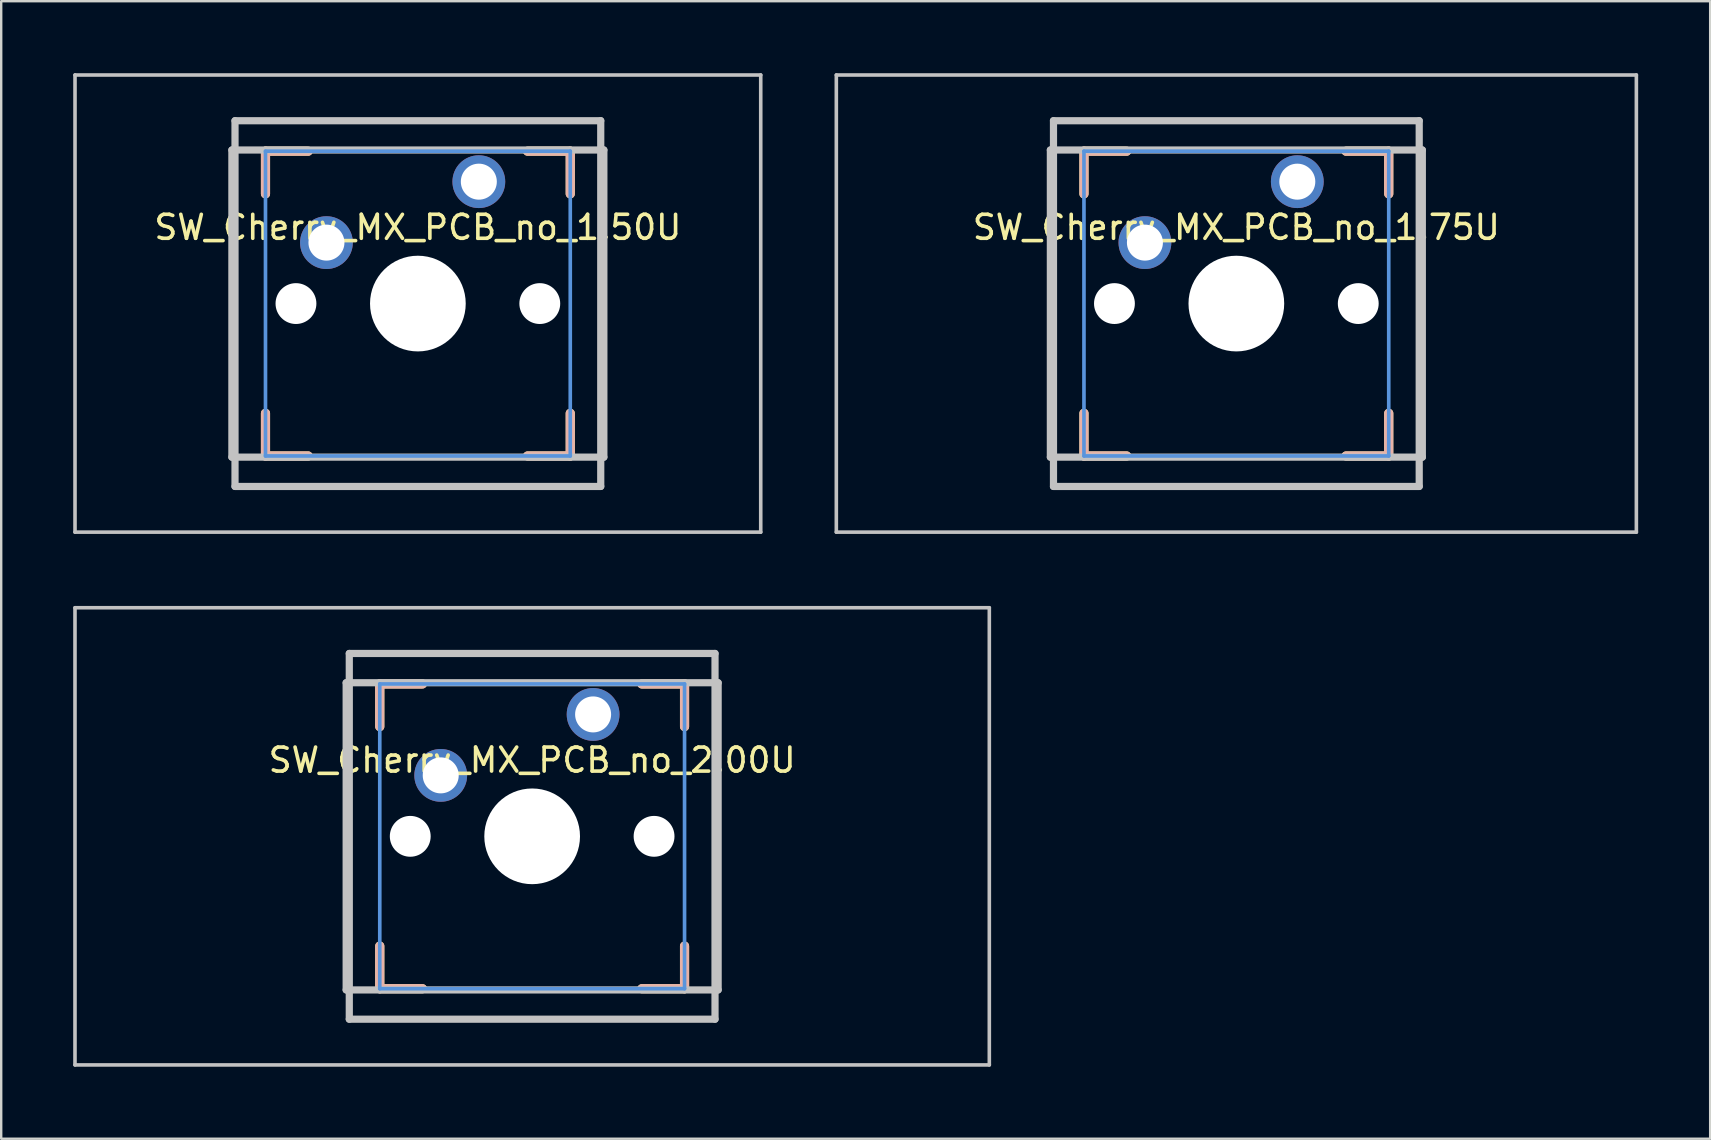
<source format=kicad_pcb>
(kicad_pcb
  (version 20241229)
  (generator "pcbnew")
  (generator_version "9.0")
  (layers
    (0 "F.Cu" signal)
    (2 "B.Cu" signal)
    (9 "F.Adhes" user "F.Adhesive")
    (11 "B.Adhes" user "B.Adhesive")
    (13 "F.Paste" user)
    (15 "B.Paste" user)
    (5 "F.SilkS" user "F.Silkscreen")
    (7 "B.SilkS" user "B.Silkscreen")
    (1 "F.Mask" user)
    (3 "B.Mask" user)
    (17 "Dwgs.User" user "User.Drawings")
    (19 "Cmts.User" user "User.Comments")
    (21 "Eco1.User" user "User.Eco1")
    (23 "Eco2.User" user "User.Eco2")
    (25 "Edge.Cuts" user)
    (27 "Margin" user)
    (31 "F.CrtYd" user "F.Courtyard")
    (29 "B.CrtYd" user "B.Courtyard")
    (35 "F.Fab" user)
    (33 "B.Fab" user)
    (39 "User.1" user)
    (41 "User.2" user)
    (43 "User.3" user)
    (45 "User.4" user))
  (footprint "SW_Cherry_MX_PCB_no_2.00U"
    (layer "F.Cu")
    (at 19.125 31.8)
    (property "Reference" "SW_Cherry_MX_PCB_no_2.00U" (at 0 -3.175 0) (layer "F.SilkS") (effects (font (size 1 1) (thickness 0.15))))
    (attr exclude_from_pos_files exclude_from_bom)
    (fp_line (start -6.35 -6.35) (end -4.572 -6.35) (stroke (width 0.381) (type solid)) (layer "F.SilkS"))
    (fp_line (start -6.35 -4.572) (end -6.35 -6.35) (stroke (width 0.381) (type solid)) (layer "F.SilkS"))
    (fp_line (start -6.35 6.35) (end -6.35 4.572) (stroke (width 0.381) (type solid)) (layer "F.SilkS"))
    (fp_line (start -4.572 6.35) (end -6.35 6.35) (stroke (width 0.381) (type solid)) (layer "F.SilkS"))
    (fp_line (start 4.572 -6.35) (end 6.35 -6.35) (stroke (width 0.381) (type solid)) (layer "F.SilkS"))
    (fp_line (start 6.35 -6.35) (end 6.35 -4.572) (stroke (width 0.381) (type solid)) (layer "F.SilkS"))
    (fp_line (start 6.35 4.572) (end 6.35 6.35) (stroke (width 0.381) (type solid)) (layer "F.SilkS"))
    (fp_line (start 6.35 6.35) (end 4.572 6.35) (stroke (width 0.381) (type solid)) (layer "F.SilkS"))
    (fp_line (start -6.35 -6.35) (end -6.35 -4.572) (stroke (width 0.381) (type solid)) (layer "B.SilkS"))
    (fp_line (start -6.35 4.572) (end -6.35 6.35) (stroke (width 0.381) (type solid)) (layer "B.SilkS"))
    (fp_line (start -6.35 6.35) (end -4.572 6.35) (stroke (width 0.381) (type solid)) (layer "B.SilkS"))
    (fp_line (start -4.572 -6.35) (end -6.35 -6.35) (stroke (width 0.381) (type solid)) (layer "B.SilkS"))
    (fp_line (start 4.572 6.35) (end 6.35 6.35) (stroke (width 0.381) (type solid)) (layer "B.SilkS"))
    (fp_line (start 6.35 -6.35) (end 4.572 -6.35) (stroke (width 0.381) (type solid)) (layer "B.SilkS"))
    (fp_line (start 6.35 -4.572) (end 6.35 -6.35) (stroke (width 0.381) (type solid)) (layer "B.SilkS"))
    (fp_line (start 6.35 6.35) (end 6.35 4.572) (stroke (width 0.381) (type solid)) (layer "B.SilkS"))
    (fp_line (start -19.05 -9.525) (end 19.05 -9.525) (stroke (width 0.15) (type solid)) (layer "Dwgs.User"))
    (fp_line (start -19.05 9.525) (end -19.05 -9.525) (stroke (width 0.15) (type solid)) (layer "Dwgs.User"))
    (fp_line (start -7.75 6.4) (end -7.75 -6.4) (stroke (width 0.3) (type solid)) (layer "Dwgs.User"))
    (fp_line (start -7.75 6.4) (end 7.75 6.4) (stroke (width 0.3) (type solid)) (layer "Dwgs.User"))
    (fp_line (start -7.62 -7.62) (end 7.62 -7.62) (stroke (width 0.3) (type solid)) (layer "Dwgs.User"))
    (fp_line (start -7.62 7.62) (end -7.62 -7.62) (stroke (width 0.3) (type solid)) (layer "Dwgs.User"))
    (fp_line (start 7.62 -7.62) (end 7.62 7.62) (stroke (width 0.3) (type solid)) (layer "Dwgs.User"))
    (fp_line (start 7.62 7.62) (end -7.62 7.62) (stroke (width 0.3) (type solid)) (layer "Dwgs.User"))
    (fp_line (start 7.75 -6.4) (end -7.75 -6.4) (stroke (width 0.3) (type solid)) (layer "Dwgs.User"))
    (fp_line (start 7.75 6.4) (end 7.75 -6.4) (stroke (width 0.3) (type solid)) (layer "Dwgs.User"))
    (fp_line (start 19.05 -9.525) (end 19.05 9.525) (stroke (width 0.15) (type solid)) (layer "Dwgs.User"))
    (fp_line (start 19.05 9.525) (end -19.05 9.525) (stroke (width 0.15) (type solid)) (layer "Dwgs.User"))
    (fp_line (start -6.35 -6.35) (end 6.35 -6.35) (stroke (width 0.152) (type solid)) (layer "Cmts.User"))
    (fp_line (start -6.35 6.35) (end -6.35 -6.35) (stroke (width 0.152) (type solid)) (layer "Cmts.User"))
    (fp_line (start 6.35 -6.35) (end 6.35 6.35) (stroke (width 0.152) (type solid)) (layer "Cmts.User"))
    (fp_line (start 6.35 6.35) (end -6.35 6.35) (stroke (width 0.152) (type solid)) (layer "Cmts.User"))
    (fp_line (start -6.985 -6.985) (end 6.985 -6.985) (stroke (width 0.152) (type solid)) (layer "Eco2.User"))
    (fp_line (start -6.985 6.985) (end -6.985 -6.985) (stroke (width 0.152) (type solid)) (layer "Eco2.User"))
    (fp_line (start 6.985 -6.985) (end 6.985 6.985) (stroke (width 0.152) (type solid)) (layer "Eco2.User"))
    (fp_line (start 6.985 6.985) (end -6.985 6.985) (stroke (width 0.152) (type solid)) (layer "Eco2.User"))
    (pad "" np_thru_hole circle (at -5.08 0) (size 1.702 1.702) (drill 1.702) (layers "*.Cu" "*.Mask"))
    (pad "" np_thru_hole circle (at 0 0) (size 3.988 3.988) (drill 3.988) (layers "*.Cu" "*.Mask"))
    (pad "" np_thru_hole circle (at 5.08 0) (size 1.702 1.702) (drill 1.702) (layers "*.Cu" "*.Mask"))
    (pad "1" thru_hole circle (at -3.81 -2.54) (size 2.2 2.2) (drill 1.5) (layers "*.Cu" "*.Mask"))
    (pad "2" thru_hole circle (at 2.54 -5.08) (size 2.2 2.2) (drill 1.5) (layers "*.Cu" "*.Mask")))
  (footprint "SW_Cherry_MX_PCB_no_1.50U"
    (layer "F.Cu")
    (at 14.363 9.6)
    (property "Reference" "SW_Cherry_MX_PCB_no_1.50U" (at 0 -3.175 0) (layer "F.SilkS") (effects (font (size 1 1) (thickness 0.15))))
    (attr exclude_from_pos_files exclude_from_bom)
    (fp_line (start -6.35 -6.35) (end -4.572 -6.35) (stroke (width 0.381) (type solid)) (layer "F.SilkS"))
    (fp_line (start -6.35 -4.572) (end -6.35 -6.35) (stroke (width 0.381) (type solid)) (layer "F.SilkS"))
    (fp_line (start -6.35 6.35) (end -6.35 4.572) (stroke (width 0.381) (type solid)) (layer "F.SilkS"))
    (fp_line (start -4.572 6.35) (end -6.35 6.35) (stroke (width 0.381) (type solid)) (layer "F.SilkS"))
    (fp_line (start 4.572 -6.35) (end 6.35 -6.35) (stroke (width 0.381) (type solid)) (layer "F.SilkS"))
    (fp_line (start 6.35 -6.35) (end 6.35 -4.572) (stroke (width 0.381) (type solid)) (layer "F.SilkS"))
    (fp_line (start 6.35 4.572) (end 6.35 6.35) (stroke (width 0.381) (type solid)) (layer "F.SilkS"))
    (fp_line (start 6.35 6.35) (end 4.572 6.35) (stroke (width 0.381) (type solid)) (layer "F.SilkS"))
    (fp_line (start -6.35 -6.35) (end -6.35 -4.572) (stroke (width 0.381) (type solid)) (layer "B.SilkS"))
    (fp_line (start -6.35 4.572) (end -6.35 6.35) (stroke (width 0.381) (type solid)) (layer "B.SilkS"))
    (fp_line (start -6.35 6.35) (end -4.572 6.35) (stroke (width 0.381) (type solid)) (layer "B.SilkS"))
    (fp_line (start -4.572 -6.35) (end -6.35 -6.35) (stroke (width 0.381) (type solid)) (layer "B.SilkS"))
    (fp_line (start 4.572 6.35) (end 6.35 6.35) (stroke (width 0.381) (type solid)) (layer "B.SilkS"))
    (fp_line (start 6.35 -6.35) (end 4.572 -6.35) (stroke (width 0.381) (type solid)) (layer "B.SilkS"))
    (fp_line (start 6.35 -4.572) (end 6.35 -6.35) (stroke (width 0.381) (type solid)) (layer "B.SilkS"))
    (fp_line (start 6.35 6.35) (end 6.35 4.572) (stroke (width 0.381) (type solid)) (layer "B.SilkS"))
    (fp_line (start -14.287 -9.525) (end 14.287 -9.525) (stroke (width 0.15) (type solid)) (layer "Dwgs.User"))
    (fp_line (start -14.287 9.525) (end -14.287 -9.525) (stroke (width 0.15) (type solid)) (layer "Dwgs.User"))
    (fp_line (start -7.75 6.4) (end -7.75 -6.4) (stroke (width 0.3) (type solid)) (layer "Dwgs.User"))
    (fp_line (start -7.75 6.4) (end 7.75 6.4) (stroke (width 0.3) (type solid)) (layer "Dwgs.User"))
    (fp_line (start -7.62 -7.62) (end 7.62 -7.62) (stroke (width 0.3) (type solid)) (layer "Dwgs.User"))
    (fp_line (start -7.62 7.62) (end -7.62 -7.62) (stroke (width 0.3) (type solid)) (layer "Dwgs.User"))
    (fp_line (start 7.62 -7.62) (end 7.62 7.62) (stroke (width 0.3) (type solid)) (layer "Dwgs.User"))
    (fp_line (start 7.62 7.62) (end -7.62 7.62) (stroke (width 0.3) (type solid)) (layer "Dwgs.User"))
    (fp_line (start 7.75 -6.4) (end -7.75 -6.4) (stroke (width 0.3) (type solid)) (layer "Dwgs.User"))
    (fp_line (start 7.75 6.4) (end 7.75 -6.4) (stroke (width 0.3) (type solid)) (layer "Dwgs.User"))
    (fp_line (start 14.287 -9.525) (end 14.287 9.525) (stroke (width 0.15) (type solid)) (layer "Dwgs.User"))
    (fp_line (start 14.287 9.525) (end -14.287 9.525) (stroke (width 0.15) (type solid)) (layer "Dwgs.User"))
    (fp_line (start -6.35 -6.35) (end 6.35 -6.35) (stroke (width 0.152) (type solid)) (layer "Cmts.User"))
    (fp_line (start -6.35 6.35) (end -6.35 -6.35) (stroke (width 0.152) (type solid)) (layer "Cmts.User"))
    (fp_line (start 6.35 -6.35) (end 6.35 6.35) (stroke (width 0.152) (type solid)) (layer "Cmts.User"))
    (fp_line (start 6.35 6.35) (end -6.35 6.35) (stroke (width 0.152) (type solid)) (layer "Cmts.User"))
    (fp_line (start -6.985 -6.985) (end 6.985 -6.985) (stroke (width 0.152) (type solid)) (layer "Eco2.User"))
    (fp_line (start -6.985 6.985) (end -6.985 -6.985) (stroke (width 0.152) (type solid)) (layer "Eco2.User"))
    (fp_line (start 6.985 -6.985) (end 6.985 6.985) (stroke (width 0.152) (type solid)) (layer "Eco2.User"))
    (fp_line (start 6.985 6.985) (end -6.985 6.985) (stroke (width 0.152) (type solid)) (layer "Eco2.User"))
    (pad "" np_thru_hole circle (at -5.08 0) (size 1.702 1.702) (drill 1.702) (layers "*.Cu" "*.Mask"))
    (pad "" np_thru_hole circle (at 0 0) (size 3.988 3.988) (drill 3.988) (layers "*.Cu" "*.Mask"))
    (pad "" np_thru_hole circle (at 5.08 0) (size 1.702 1.702) (drill 1.702) (layers "*.Cu" "*.Mask"))
    (pad "1" thru_hole circle (at -3.81 -2.54) (size 2.2 2.2) (drill 1.5) (layers "*.Cu" "*.Mask"))
    (pad "2" thru_hole circle (at 2.54 -5.08) (size 2.2 2.2) (drill 1.5) (layers "*.Cu" "*.Mask")))
  (footprint "SW_Cherry_MX_PCB_no_1.75U"
    (layer "F.Cu")
    (at 48.469 9.6)
    (property "Reference" "SW_Cherry_MX_PCB_no_1.75U" (at 0 -3.175 0) (layer "F.SilkS") (effects (font (size 1 1) (thickness 0.15))))
    (attr exclude_from_pos_files exclude_from_bom)
    (fp_line (start -6.35 -6.35) (end -4.572 -6.35) (stroke (width 0.381) (type solid)) (layer "F.SilkS"))
    (fp_line (start -6.35 -4.572) (end -6.35 -6.35) (stroke (width 0.381) (type solid)) (layer "F.SilkS"))
    (fp_line (start -6.35 6.35) (end -6.35 4.572) (stroke (width 0.381) (type solid)) (layer "F.SilkS"))
    (fp_line (start -4.572 6.35) (end -6.35 6.35) (stroke (width 0.381) (type solid)) (layer "F.SilkS"))
    (fp_line (start 4.572 -6.35) (end 6.35 -6.35) (stroke (width 0.381) (type solid)) (layer "F.SilkS"))
    (fp_line (start 6.35 -6.35) (end 6.35 -4.572) (stroke (width 0.381) (type solid)) (layer "F.SilkS"))
    (fp_line (start 6.35 4.572) (end 6.35 6.35) (stroke (width 0.381) (type solid)) (layer "F.SilkS"))
    (fp_line (start 6.35 6.35) (end 4.572 6.35) (stroke (width 0.381) (type solid)) (layer "F.SilkS"))
    (fp_line (start -6.35 -6.35) (end -6.35 -4.572) (stroke (width 0.381) (type solid)) (layer "B.SilkS"))
    (fp_line (start -6.35 4.572) (end -6.35 6.35) (stroke (width 0.381) (type solid)) (layer "B.SilkS"))
    (fp_line (start -6.35 6.35) (end -4.572 6.35) (stroke (width 0.381) (type solid)) (layer "B.SilkS"))
    (fp_line (start -4.572 -6.35) (end -6.35 -6.35) (stroke (width 0.381) (type solid)) (layer "B.SilkS"))
    (fp_line (start 4.572 6.35) (end 6.35 6.35) (stroke (width 0.381) (type solid)) (layer "B.SilkS"))
    (fp_line (start 6.35 -6.35) (end 4.572 -6.35) (stroke (width 0.381) (type solid)) (layer "B.SilkS"))
    (fp_line (start 6.35 -4.572) (end 6.35 -6.35) (stroke (width 0.381) (type solid)) (layer "B.SilkS"))
    (fp_line (start 6.35 6.35) (end 6.35 4.572) (stroke (width 0.381) (type solid)) (layer "B.SilkS"))
    (fp_line (start -16.669 -9.525) (end 16.669 -9.525) (stroke (width 0.15) (type solid)) (layer "Dwgs.User"))
    (fp_line (start -16.669 9.525) (end -16.669 -9.525) (stroke (width 0.15) (type solid)) (layer "Dwgs.User"))
    (fp_line (start -7.75 6.4) (end -7.75 -6.4) (stroke (width 0.3) (type solid)) (layer "Dwgs.User"))
    (fp_line (start -7.75 6.4) (end 7.75 6.4) (stroke (width 0.3) (type solid)) (layer "Dwgs.User"))
    (fp_line (start -7.62 -7.62) (end 7.62 -7.62) (stroke (width 0.3) (type solid)) (layer "Dwgs.User"))
    (fp_line (start -7.62 7.62) (end -7.62 -7.62) (stroke (width 0.3) (type solid)) (layer "Dwgs.User"))
    (fp_line (start 7.62 -7.62) (end 7.62 7.62) (stroke (width 0.3) (type solid)) (layer "Dwgs.User"))
    (fp_line (start 7.62 7.62) (end -7.62 7.62) (stroke (width 0.3) (type solid)) (layer "Dwgs.User"))
    (fp_line (start 7.75 -6.4) (end -7.75 -6.4) (stroke (width 0.3) (type solid)) (layer "Dwgs.User"))
    (fp_line (start 7.75 6.4) (end 7.75 -6.4) (stroke (width 0.3) (type solid)) (layer "Dwgs.User"))
    (fp_line (start 16.669 -9.525) (end 16.669 9.525) (stroke (width 0.15) (type solid)) (layer "Dwgs.User"))
    (fp_line (start 16.669 9.525) (end -16.669 9.525) (stroke (width 0.15) (type solid)) (layer "Dwgs.User"))
    (fp_line (start -6.35 -6.35) (end 6.35 -6.35) (stroke (width 0.152) (type solid)) (layer "Cmts.User"))
    (fp_line (start -6.35 6.35) (end -6.35 -6.35) (stroke (width 0.152) (type solid)) (layer "Cmts.User"))
    (fp_line (start 6.35 -6.35) (end 6.35 6.35) (stroke (width 0.152) (type solid)) (layer "Cmts.User"))
    (fp_line (start 6.35 6.35) (end -6.35 6.35) (stroke (width 0.152) (type solid)) (layer "Cmts.User"))
    (fp_line (start -6.985 -6.985) (end 6.985 -6.985) (stroke (width 0.152) (type solid)) (layer "Eco2.User"))
    (fp_line (start -6.985 6.985) (end -6.985 -6.985) (stroke (width 0.152) (type solid)) (layer "Eco2.User"))
    (fp_line (start 6.985 -6.985) (end 6.985 6.985) (stroke (width 0.152) (type solid)) (layer "Eco2.User"))
    (fp_line (start 6.985 6.985) (end -6.985 6.985) (stroke (width 0.152) (type solid)) (layer "Eco2.User"))
    (pad "" np_thru_hole circle (at -5.08 0) (size 1.702 1.702) (drill 1.702) (layers "*.Cu" "*.Mask"))
    (pad "" np_thru_hole circle (at 0 0) (size 3.988 3.988) (drill 3.988) (layers "*.Cu" "*.Mask"))
    (pad "" np_thru_hole circle (at 5.08 0) (size 1.702 1.702) (drill 1.702) (layers "*.Cu" "*.Mask"))
    (pad "1" thru_hole circle (at -3.81 -2.54) (size 2.2 2.2) (drill 1.5) (layers "*.Cu" "*.Mask"))
    (pad "2" thru_hole circle (at 2.54 -5.08) (size 2.2 2.2) (drill 1.5) (layers "*.Cu" "*.Mask")))
  (gr_rect
    (start -3 -3)
    (end 68.213 44.4)
    (stroke (width 0.1) (type default))
    (fill no)
    (layer "Edge.Cuts")))
</source>
